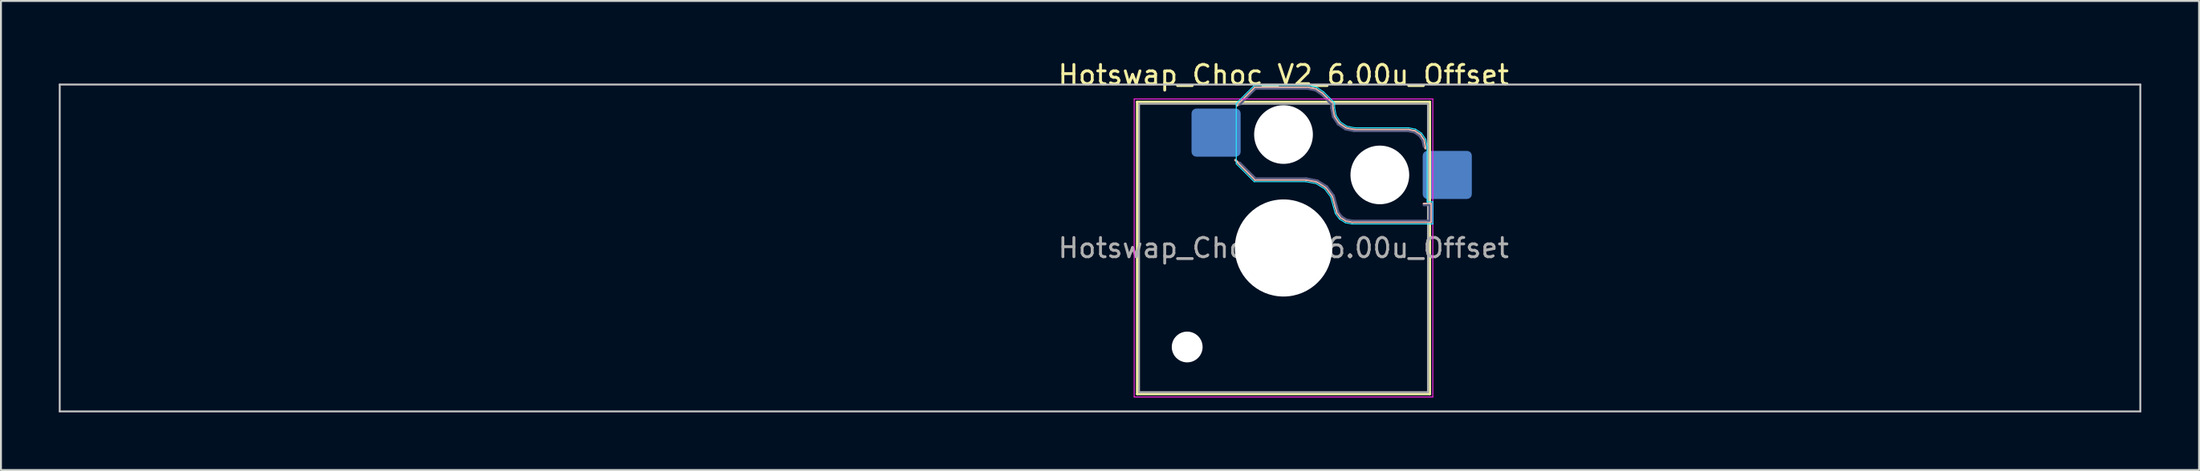
<source format=kicad_pcb>
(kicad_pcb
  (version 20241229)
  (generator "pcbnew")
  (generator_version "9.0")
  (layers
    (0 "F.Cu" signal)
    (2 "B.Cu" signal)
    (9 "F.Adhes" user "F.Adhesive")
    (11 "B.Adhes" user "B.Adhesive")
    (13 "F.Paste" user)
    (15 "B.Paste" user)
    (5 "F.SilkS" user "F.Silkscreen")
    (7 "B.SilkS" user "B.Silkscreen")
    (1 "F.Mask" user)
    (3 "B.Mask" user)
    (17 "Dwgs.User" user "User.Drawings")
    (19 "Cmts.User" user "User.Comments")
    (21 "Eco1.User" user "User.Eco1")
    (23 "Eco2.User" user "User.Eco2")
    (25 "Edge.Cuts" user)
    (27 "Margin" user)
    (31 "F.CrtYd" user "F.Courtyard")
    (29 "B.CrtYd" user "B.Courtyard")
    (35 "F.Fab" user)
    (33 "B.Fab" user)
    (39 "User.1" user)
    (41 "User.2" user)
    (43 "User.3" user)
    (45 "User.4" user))
  (footprint "Hotswap_Choc_V2_6.00u_Offset"
    (layer "F.Cu")
    (at 63.575 9.848)
    (property "Reference" "Hotswap_Choc_V2_6.00u_Offset" (at 0 -9 0) (layer "F.SilkS") (effects (font (size 1 1) (thickness 0.15))))
    (attr smd)
    (fp_line (start -7.6 -7.6) (end -7.6 7.6) (stroke (width 0.12) (type solid)) (layer "F.SilkS"))
    (fp_line (start -7.6 7.6) (end 7.6 7.6) (stroke (width 0.12) (type solid)) (layer "F.SilkS"))
    (fp_line (start 7.6 -7.6) (end -7.6 -7.6) (stroke (width 0.12) (type solid)) (layer "F.SilkS"))
    (fp_line (start 7.6 7.6) (end 7.6 -7.6) (stroke (width 0.12) (type solid)) (layer "F.SilkS"))
    (fp_line (start -2.416 -7.409) (end -1.479 -8.346) (stroke (width 0.12) (type solid)) (layer "B.SilkS"))
    (fp_line (start -1.479 -8.346) (end 1.268 -8.346) (stroke (width 0.12) (type solid)) (layer "B.SilkS"))
    (fp_line (start -1.479 -3.554) (end -2.5 -4.575) (stroke (width 0.12) (type solid)) (layer "B.SilkS"))
    (fp_line (start 1.168 -3.554) (end -1.479 -3.554) (stroke (width 0.12) (type solid)) (layer "B.SilkS"))
    (fp_line (start 1.268 -8.346) (end 1.671 -8.266) (stroke (width 0.12) (type solid)) (layer "B.SilkS"))
    (fp_line (start 1.671 -8.266) (end 2.013 -8.037) (stroke (width 0.12) (type solid)) (layer "B.SilkS"))
    (fp_line (start 1.73 -3.449) (end 1.168 -3.554) (stroke (width 0.12) (type solid)) (layer "B.SilkS"))
    (fp_line (start 2.013 -8.037) (end 2.546 -7.504) (stroke (width 0.12) (type solid)) (layer "B.SilkS"))
    (fp_line (start 2.209 -3.15) (end 1.73 -3.449) (stroke (width 0.12) (type solid)) (layer "B.SilkS"))
    (fp_line (start 2.546 -7.504) (end 2.546 -7.282) (stroke (width 0.12) (type solid)) (layer "B.SilkS"))
    (fp_line (start 2.546 -7.282) (end 2.633 -6.844) (stroke (width 0.12) (type solid)) (layer "B.SilkS"))
    (fp_line (start 2.547 -2.697) (end 2.209 -3.15) (stroke (width 0.12) (type solid)) (layer "B.SilkS"))
    (fp_line (start 2.633 -6.844) (end 2.877 -6.477) (stroke (width 0.12) (type solid)) (layer "B.SilkS"))
    (fp_line (start 2.701 -2.139) (end 2.547 -2.697) (stroke (width 0.12) (type solid)) (layer "B.SilkS"))
    (fp_line (start 2.783 -1.841) (end 2.701 -2.139) (stroke (width 0.12) (type solid)) (layer "B.SilkS"))
    (fp_line (start 2.877 -6.477) (end 3.244 -6.233) (stroke (width 0.12) (type solid)) (layer "B.SilkS"))
    (fp_line (start 2.976 -1.583) (end 2.783 -1.841) (stroke (width 0.12) (type solid)) (layer "B.SilkS"))
    (fp_line (start 3.244 -6.233) (end 3.682 -6.146) (stroke (width 0.12) (type solid)) (layer "B.SilkS"))
    (fp_line (start 3.25 -1.413) (end 2.976 -1.583) (stroke (width 0.12) (type solid)) (layer "B.SilkS"))
    (fp_line (start 3.56 -1.354) (end 3.25 -1.413) (stroke (width 0.12) (type solid)) (layer "B.SilkS"))
    (fp_line (start 3.682 -6.146) (end 6.482 -6.146) (stroke (width 0.12) (type solid)) (layer "B.SilkS"))
    (fp_line (start 6.482 -6.146) (end 6.809 -6.081) (stroke (width 0.12) (type solid)) (layer "B.SilkS"))
    (fp_line (start 6.809 -6.081) (end 7.092 -5.892) (stroke (width 0.12) (type solid)) (layer "B.SilkS"))
    (fp_line (start 7.092 -5.892) (end 7.281 -5.609) (stroke (width 0.12) (type solid)) (layer "B.SilkS"))
    (fp_line (start 7.281 -5.609) (end 7.366 -5.182) (stroke (width 0.12) (type solid)) (layer "B.SilkS"))
    (fp_line (start 7.283 -2.296) (end 7.646 -2.296) (stroke (width 0.12) (type solid)) (layer "B.SilkS"))
    (fp_line (start 7.646 -2.296) (end 7.646 -1.354) (stroke (width 0.12) (type solid)) (layer "B.SilkS"))
    (fp_line (start 7.646 -1.354) (end 3.56 -1.354) (stroke (width 0.12) (type solid)) (layer "B.SilkS"))
    (fp_line (start -63.525 -8.5) (end -63.525 8.5) (stroke (width 0.1) (type solid)) (layer "Dwgs.User"))
    (fp_line (start -63.525 8.5) (end 44.475 8.5) (stroke (width 0.1) (type solid)) (layer "Dwgs.User"))
    (fp_line (start 44.475 -8.5) (end -63.525 -8.5) (stroke (width 0.1) (type solid)) (layer "Dwgs.User"))
    (fp_line (start 44.475 8.5) (end 44.475 -8.5) (stroke (width 0.1) (type solid)) (layer "Dwgs.User"))
    (fp_line (start -7.25 -7.25) (end -7.25 7.25) (stroke (width 0.1) (type solid)) (layer "Eco1.User"))
    (fp_line (start -7.25 7.25) (end 7.25 7.25) (stroke (width 0.1) (type solid)) (layer "Eco1.User"))
    (fp_line (start 7.25 -7.25) (end -7.25 -7.25) (stroke (width 0.1) (type solid)) (layer "Eco1.User"))
    (fp_line (start 7.25 7.25) (end 7.25 -7.25) (stroke (width 0.1) (type solid)) (layer "Eco1.User"))
    (fp_line (start -2.452 -7.523) (end -1.523 -8.452) (stroke (width 0.05) (type solid)) (layer "B.CrtYd"))
    (fp_line (start -2.452 -4.377) (end -2.452 -7.523) (stroke (width 0.05) (type solid)) (layer "B.CrtYd"))
    (fp_line (start -1.523 -8.452) (end 1.278 -8.452) (stroke (width 0.05) (type solid)) (layer "B.CrtYd"))
    (fp_line (start -1.523 -3.448) (end -2.452 -4.377) (stroke (width 0.05) (type solid)) (layer "B.CrtYd"))
    (fp_line (start 1.159 -3.448) (end -1.523 -3.448) (stroke (width 0.05) (type solid)) (layer "B.CrtYd"))
    (fp_line (start 1.278 -8.452) (end 1.712 -8.366) (stroke (width 0.05) (type solid)) (layer "B.CrtYd"))
    (fp_line (start 1.691 -3.348) (end 1.159 -3.448) (stroke (width 0.05) (type solid)) (layer "B.CrtYd"))
    (fp_line (start 1.712 -8.366) (end 2.081 -8.119) (stroke (width 0.05) (type solid)) (layer "B.CrtYd"))
    (fp_line (start 2.081 -8.119) (end 2.652 -7.548) (stroke (width 0.05) (type solid)) (layer "B.CrtYd"))
    (fp_line (start 2.136 -3.071) (end 1.691 -3.348) (stroke (width 0.05) (type solid)) (layer "B.CrtYd"))
    (fp_line (start 2.45 -2.65) (end 2.136 -3.071) (stroke (width 0.05) (type solid)) (layer "B.CrtYd"))
    (fp_line (start 2.599 -2.111) (end 2.45 -2.65) (stroke (width 0.05) (type solid)) (layer "B.CrtYd"))
    (fp_line (start 2.652 -7.548) (end 2.652 -7.292) (stroke (width 0.05) (type solid)) (layer "B.CrtYd"))
    (fp_line (start 2.652 -7.292) (end 2.733 -6.885) (stroke (width 0.05) (type solid)) (layer "B.CrtYd"))
    (fp_line (start 2.687 -1.794) (end 2.599 -2.111) (stroke (width 0.05) (type solid)) (layer "B.CrtYd"))
    (fp_line (start 2.733 -6.885) (end 2.953 -6.553) (stroke (width 0.05) (type solid)) (layer "B.CrtYd"))
    (fp_line (start 2.903 -1.503) (end 2.687 -1.794) (stroke (width 0.05) (type solid)) (layer "B.CrtYd"))
    (fp_line (start 2.953 -6.553) (end 3.285 -6.333) (stroke (width 0.05) (type solid)) (layer "B.CrtYd"))
    (fp_line (start 3.211 -1.312) (end 2.903 -1.503) (stroke (width 0.05) (type solid)) (layer "B.CrtYd"))
    (fp_line (start 3.285 -6.333) (end 3.692 -6.252) (stroke (width 0.05) (type solid)) (layer "B.CrtYd"))
    (fp_line (start 3.55 -1.248) (end 3.211 -1.312) (stroke (width 0.05) (type solid)) (layer "B.CrtYd"))
    (fp_line (start 3.692 -6.252) (end 6.492 -6.252) (stroke (width 0.05) (type solid)) (layer "B.CrtYd"))
    (fp_line (start 6.492 -6.252) (end 6.85 -6.181) (stroke (width 0.05) (type solid)) (layer "B.CrtYd"))
    (fp_line (start 6.85 -6.181) (end 7.168 -5.968) (stroke (width 0.05) (type solid)) (layer "B.CrtYd"))
    (fp_line (start 7.168 -5.968) (end 7.381 -5.65) (stroke (width 0.05) (type solid)) (layer "B.CrtYd"))
    (fp_line (start 7.381 -5.65) (end 7.452 -5.292) (stroke (width 0.05) (type solid)) (layer "B.CrtYd"))
    (fp_line (start 7.452 -5.292) (end 7.452 -2.402) (stroke (width 0.05) (type solid)) (layer "B.CrtYd"))
    (fp_line (start 7.452 -2.402) (end 7.752 -2.402) (stroke (width 0.05) (type solid)) (layer "B.CrtYd"))
    (fp_line (start 7.752 -2.402) (end 7.752 -1.248) (stroke (width 0.05) (type solid)) (layer "B.CrtYd"))
    (fp_line (start 7.752 -1.248) (end 3.55 -1.248) (stroke (width 0.05) (type solid)) (layer "B.CrtYd"))
    (fp_line (start -7.75 -7.75) (end -7.75 7.75) (stroke (width 0.05) (type solid)) (layer "F.CrtYd"))
    (fp_line (start -7.75 7.75) (end 7.75 7.75) (stroke (width 0.05) (type solid)) (layer "F.CrtYd"))
    (fp_line (start 7.75 -7.75) (end -7.75 -7.75) (stroke (width 0.05) (type solid)) (layer "F.CrtYd"))
    (fp_line (start 7.75 7.75) (end 7.75 -7.75) (stroke (width 0.05) (type solid)) (layer "F.CrtYd"))
    (fp_line (start -2.275 -7.45) (end -1.45 -8.275) (stroke (width 0.1) (type solid)) (layer "B.Fab"))
    (fp_line (start -1.45 -8.275) (end 1.261 -8.275) (stroke (width 0.1) (type solid)) (layer "B.Fab"))
    (fp_line (start -1.45 -3.625) (end -2.275 -4.45) (stroke (width 0.1) (type solid)) (layer "B.Fab"))
    (fp_line (start 1.175 -3.625) (end -1.45 -3.625) (stroke (width 0.1) (type solid)) (layer "B.Fab"))
    (fp_line (start 1.261 -8.275) (end 1.643 -8.199) (stroke (width 0.1) (type solid)) (layer "B.Fab"))
    (fp_line (start 1.643 -8.199) (end 1.968 -7.982) (stroke (width 0.1) (type solid)) (layer "B.Fab"))
    (fp_line (start 1.756 -3.516) (end 1.175 -3.625) (stroke (width 0.1) (type solid)) (layer "B.Fab"))
    (fp_line (start 1.968 -7.982) (end 2.475 -7.475) (stroke (width 0.1) (type solid)) (layer "B.Fab"))
    (fp_line (start 2.258 -3.203) (end 1.756 -3.516) (stroke (width 0.1) (type solid)) (layer "B.Fab"))
    (fp_line (start 2.475 -7.475) (end 2.475 -7.275) (stroke (width 0.1) (type solid)) (layer "B.Fab"))
    (fp_line (start 2.475 -7.275) (end 2.566 -6.816) (stroke (width 0.1) (type solid)) (layer "B.Fab"))
    (fp_line (start 2.566 -6.816) (end 2.826 -6.426) (stroke (width 0.1) (type solid)) (layer "B.Fab"))
    (fp_line (start 2.612 -2.729) (end 2.258 -3.203) (stroke (width 0.1) (type solid)) (layer "B.Fab"))
    (fp_line (start 2.769 -2.158) (end 2.612 -2.729) (stroke (width 0.1) (type solid)) (layer "B.Fab"))
    (fp_line (start 2.826 -6.426) (end 3.216 -6.166) (stroke (width 0.1) (type solid)) (layer "B.Fab"))
    (fp_line (start 2.848 -1.873) (end 2.769 -2.158) (stroke (width 0.1) (type solid)) (layer "B.Fab"))
    (fp_line (start 3.025 -1.636) (end 2.848 -1.873) (stroke (width 0.1) (type solid)) (layer "B.Fab"))
    (fp_line (start 3.216 -6.166) (end 3.675 -6.075) (stroke (width 0.1) (type solid)) (layer "B.Fab"))
    (fp_line (start 3.276 -1.48) (end 3.025 -1.636) (stroke (width 0.1) (type solid)) (layer "B.Fab"))
    (fp_line (start 3.567 -1.425) (end 3.276 -1.48) (stroke (width 0.1) (type solid)) (layer "B.Fab"))
    (fp_line (start 3.675 -6.075) (end 6.475 -6.075) (stroke (width 0.1) (type solid)) (layer "B.Fab"))
    (fp_line (start 6.475 -6.075) (end 6.781 -6.014) (stroke (width 0.1) (type solid)) (layer "B.Fab"))
    (fp_line (start 6.781 -6.014) (end 7.041 -5.841) (stroke (width 0.1) (type solid)) (layer "B.Fab"))
    (fp_line (start 7.041 -5.841) (end 7.214 -5.581) (stroke (width 0.1) (type solid)) (layer "B.Fab"))
    (fp_line (start 7.214 -5.581) (end 7.275 -5.275) (stroke (width 0.1) (type solid)) (layer "B.Fab"))
    (fp_line (start 7.275 -2.225) (end 7.575 -2.225) (stroke (width 0.1) (type solid)) (layer "B.Fab"))
    (fp_line (start 7.575 -2.225) (end 7.575 -1.425) (stroke (width 0.1) (type solid)) (layer "B.Fab"))
    (fp_line (start 7.575 -1.425) (end 3.567 -1.425) (stroke (width 0.1) (type solid)) (layer "B.Fab"))
    (fp_line (start -7.5 -7.5) (end -7.5 7.5) (stroke (width 0.1) (type solid)) (layer "F.Fab"))
    (fp_line (start -7.5 7.5) (end 7.5 7.5) (stroke (width 0.1) (type solid)) (layer "F.Fab"))
    (fp_line (start 7.5 -7.5) (end -7.5 -7.5) (stroke (width 0.1) (type solid)) (layer "F.Fab"))
    (fp_line (start 7.5 7.5) (end 7.5 -7.5) (stroke (width 0.1) (type solid)) (layer "F.Fab"))
    (fp_text user "${REFERENCE}" (at 0 0 0) (layer "F.Fab") (effects (font (size 1 1) (thickness 0.15))))
    (pad "" np_thru_hole circle (at -5 5.15) (size 1.6 1.6) (drill 1.6) (layers "*.Cu" "*.Mask"))
    (pad "" np_thru_hole circle (at 0 -5.9) (size 3.05 3.05) (drill 3.05) (layers "*.Cu" "*.Mask"))
    (pad "" np_thru_hole circle (at 0 0) (size 5.05 5.05) (drill 5.05) (layers "*.Cu" "*.Mask"))
    (pad "" np_thru_hole circle (at 5 -3.8) (size 3.05 3.05) (drill 3.05) (layers "*.Cu" "*.Mask"))
    (pad "1" smd roundrect (at -3.5 -6) (size 2.55 2.5) (layers "B.Cu" "B.Mask" "B.Paste") (roundrect_rratio 0.1))
    (pad "2" smd roundrect (at 8.5 -3.8) (size 2.55 2.5) (layers "B.Cu" "B.Mask" "B.Paste") (roundrect_rratio 0.1)))
  (gr_rect
    (start -3 -3)
    (end 111.1 21.398)
    (stroke (width 0.1) (type default))
    (fill no)
    (layer "Edge.Cuts")))
</source>
